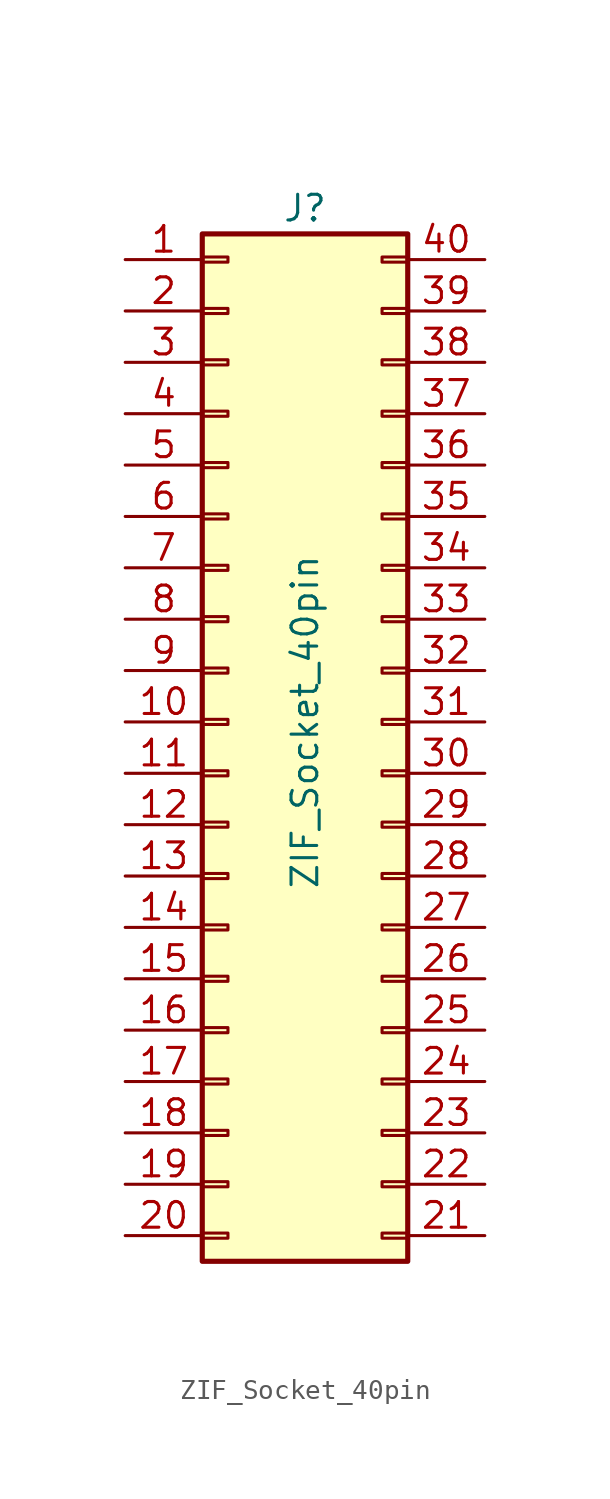
<source format=kicad_sym>
(kicad_symbol_lib
  (version 20220914)
  (generator kicad_symbol_editor)
  (symbol "ZIF_Socket_40pin"
    (pin_names
      (offset 1.016) hide)
    (property "Reference" "J"
      (at 3.81 25.4 0)
      (effects (font (size 1.27 1.27))))
    (property "Value" "ZIF_Socket_40pin"
      (at 3.81 0 90)
      (effects (font (size 1.27 1.27))))
    (symbol "ZIF_Socket_40pin_1_1"
      (rectangle (start -1.27 -25.273) (end 0 -25.527) (stroke (width 0.152) (type default)) (fill (type none)))
      (rectangle (start -1.27 -22.733) (end 0 -22.987) (stroke (width 0.152) (type default)) (fill (type none)))
      (rectangle (start -1.27 -20.193) (end 0 -20.447) (stroke (width 0.152) (type default)) (fill (type none)))
      (rectangle (start -1.27 -17.653) (end 0 -17.907) (stroke (width 0.152) (type default)) (fill (type none)))
      (rectangle (start -1.27 -15.113) (end 0 -15.367) (stroke (width 0.152) (type default)) (fill (type none)))
      (rectangle (start -1.27 -12.573) (end 0 -12.827) (stroke (width 0.152) (type default)) (fill (type none)))
      (rectangle (start -1.27 -10.033) (end 0 -10.287) (stroke (width 0.152) (type default)) (fill (type none)))
      (rectangle (start -1.27 -7.493) (end 0 -7.747) (stroke (width 0.152) (type default)) (fill (type none)))
      (rectangle (start -1.27 -4.953) (end 0 -5.207) (stroke (width 0.152) (type default)) (fill (type none)))
      (rectangle (start -1.27 -2.413) (end 0 -2.667) (stroke (width 0.152) (type default)) (fill (type none)))
      (rectangle (start -1.27 0.127) (end 0 -0.127) (stroke (width 0.152) (type default)) (fill (type none)))
      (rectangle (start -1.27 2.667) (end 0 2.413) (stroke (width 0.152) (type default)) (fill (type none)))
      (rectangle (start -1.27 5.207) (end 0 4.953) (stroke (width 0.152) (type default)) (fill (type none)))
      (rectangle (start -1.27 7.747) (end 0 7.493) (stroke (width 0.152) (type default)) (fill (type none)))
      (rectangle (start -1.27 10.287) (end 0 10.033) (stroke (width 0.152) (type default)) (fill (type none)))
      (rectangle (start -1.27 12.827) (end 0 12.573) (stroke (width 0.152) (type default)) (fill (type none)))
      (rectangle (start -1.27 15.367) (end 0 15.113) (stroke (width 0.152) (type default)) (fill (type none)))
      (rectangle (start -1.27 17.907) (end 0 17.653) (stroke (width 0.152) (type default)) (fill (type none)))
      (rectangle (start -1.27 20.447) (end 0 20.193) (stroke (width 0.152) (type default)) (fill (type none)))
      (rectangle (start -1.27 22.987) (end 0 22.733) (stroke (width 0.152) (type default)) (fill (type none)))
      (rectangle (start -1.27 24.13) (end 8.89 -26.67) (stroke (width 0.254) (type default)) (fill (type background)))
      (rectangle (start 8.89 -25.273) (end 7.62 -25.527) (stroke (width 0.152) (type default)) (fill (type none)))
      (rectangle (start 8.89 -22.733) (end 7.62 -22.987) (stroke (width 0.152) (type default)) (fill (type none)))
      (rectangle (start 8.89 -20.193) (end 7.62 -20.447) (stroke (width 0.152) (type default)) (fill (type none)))
      (rectangle (start 8.89 -17.653) (end 7.62 -17.907) (stroke (width 0.152) (type default)) (fill (type none)))
      (rectangle (start 8.89 -15.113) (end 7.62 -15.367) (stroke (width 0.152) (type default)) (fill (type none)))
      (rectangle (start 8.89 -12.573) (end 7.62 -12.827) (stroke (width 0.152) (type default)) (fill (type none)))
      (rectangle (start 8.89 -10.033) (end 7.62 -10.287) (stroke (width 0.152) (type default)) (fill (type none)))
      (rectangle (start 8.89 -7.493) (end 7.62 -7.747) (stroke (width 0.152) (type default)) (fill (type none)))
      (rectangle (start 8.89 -4.953) (end 7.62 -5.207) (stroke (width 0.152) (type default)) (fill (type none)))
      (rectangle (start 8.89 -2.413) (end 7.62 -2.667) (stroke (width 0.152) (type default)) (fill (type none)))
      (rectangle (start 8.89 0.127) (end 7.62 -0.127) (stroke (width 0.152) (type default)) (fill (type none)))
      (rectangle (start 8.89 2.667) (end 7.62 2.413) (stroke (width 0.152) (type default)) (fill (type none)))
      (rectangle (start 8.89 5.207) (end 7.62 4.953) (stroke (width 0.152) (type default)) (fill (type none)))
      (rectangle (start 8.89 7.747) (end 7.62 7.493) (stroke (width 0.152) (type default)) (fill (type none)))
      (rectangle (start 8.89 10.287) (end 7.62 10.033) (stroke (width 0.152) (type default)) (fill (type none)))
      (rectangle (start 8.89 12.827) (end 7.62 12.573) (stroke (width 0.152) (type default)) (fill (type none)))
      (rectangle (start 8.89 15.367) (end 7.62 15.113) (stroke (width 0.152) (type default)) (fill (type none)))
      (rectangle (start 8.89 17.907) (end 7.62 17.653) (stroke (width 0.152) (type default)) (fill (type none)))
      (rectangle (start 8.89 20.447) (end 7.62 20.193) (stroke (width 0.152) (type default)) (fill (type none)))
      (rectangle (start 8.89 22.987) (end 7.62 22.733) (stroke (width 0.152) (type default)) (fill (type none)))
      (pin passive line (at -5.08 22.86 0) (length 3.81) (name "Pin_1" (effects (font (size 1.27 1.27)))) (number "1" (effects (font (size 1.27 1.27)))))
      (pin passive line (at -5.08 0 0) (length 3.81) (name "Pin_10" (effects (font (size 1.27 1.27)))) (number "10" (effects (font (size 1.27 1.27)))))
      (pin passive line (at -5.08 -2.54 0) (length 3.81) (name "Pin_11" (effects (font (size 1.27 1.27)))) (number "11" (effects (font (size 1.27 1.27)))))
      (pin passive line (at -5.08 -5.08 0) (length 3.81) (name "Pin_12" (effects (font (size 1.27 1.27)))) (number "12" (effects (font (size 1.27 1.27)))))
      (pin passive line (at -5.08 -7.62 0) (length 3.81) (name "Pin_13" (effects (font (size 1.27 1.27)))) (number "13" (effects (font (size 1.27 1.27)))))
      (pin passive line (at -5.08 -10.16 0) (length 3.81) (name "Pin_14" (effects (font (size 1.27 1.27)))) (number "14" (effects (font (size 1.27 1.27)))))
      (pin passive line (at -5.08 -12.7 0) (length 3.81) (name "Pin_15" (effects (font (size 1.27 1.27)))) (number "15" (effects (font (size 1.27 1.27)))))
      (pin passive line (at -5.08 -15.24 0) (length 3.81) (name "Pin_16" (effects (font (size 1.27 1.27)))) (number "16" (effects (font (size 1.27 1.27)))))
      (pin passive line (at -5.08 -17.78 0) (length 3.81) (name "Pin_17" (effects (font (size 1.27 1.27)))) (number "17" (effects (font (size 1.27 1.27)))))
      (pin passive line (at -5.08 -20.32 0) (length 3.81) (name "Pin_18" (effects (font (size 1.27 1.27)))) (number "18" (effects (font (size 1.27 1.27)))))
      (pin passive line (at -5.08 -22.86 0) (length 3.81) (name "Pin_19" (effects (font (size 1.27 1.27)))) (number "19" (effects (font (size 1.27 1.27)))))
      (pin passive line (at -5.08 20.32 0) (length 3.81) (name "Pin_2" (effects (font (size 1.27 1.27)))) (number "2" (effects (font (size 1.27 1.27)))))
      (pin passive line (at -5.08 -25.4 0) (length 3.81) (name "Pin_20" (effects (font (size 1.27 1.27)))) (number "20" (effects (font (size 1.27 1.27)))))
      (pin passive line (at 12.7 -25.4 180) (length 3.81) (name "Pin_21" (effects (font (size 1.27 1.27)))) (number "21" (effects (font (size 1.27 1.27)))))
      (pin passive line (at 12.7 -22.86 180) (length 3.81) (name "Pin_22" (effects (font (size 1.27 1.27)))) (number "22" (effects (font (size 1.27 1.27)))))
      (pin passive line (at 12.7 -20.32 180) (length 3.81) (name "Pin_23" (effects (font (size 1.27 1.27)))) (number "23" (effects (font (size 1.27 1.27)))))
      (pin passive line (at 12.7 -17.78 180) (length 3.81) (name "Pin_24" (effects (font (size 1.27 1.27)))) (number "24" (effects (font (size 1.27 1.27)))))
      (pin passive line (at 12.7 -15.24 180) (length 3.81) (name "Pin_25" (effects (font (size 1.27 1.27)))) (number "25" (effects (font (size 1.27 1.27)))))
      (pin passive line (at 12.7 -12.7 180) (length 3.81) (name "Pin_26" (effects (font (size 1.27 1.27)))) (number "26" (effects (font (size 1.27 1.27)))))
      (pin passive line (at 12.7 -10.16 180) (length 3.81) (name "Pin_27" (effects (font (size 1.27 1.27)))) (number "27" (effects (font (size 1.27 1.27)))))
      (pin passive line (at 12.7 -7.62 180) (length 3.81) (name "Pin_28" (effects (font (size 1.27 1.27)))) (number "28" (effects (font (size 1.27 1.27)))))
      (pin passive line (at 12.7 -5.08 180) (length 3.81) (name "Pin_29" (effects (font (size 1.27 1.27)))) (number "29" (effects (font (size 1.27 1.27)))))
      (pin passive line (at -5.08 17.78 0) (length 3.81) (name "Pin_3" (effects (font (size 1.27 1.27)))) (number "3" (effects (font (size 1.27 1.27)))))
      (pin passive line (at 12.7 -2.54 180) (length 3.81) (name "Pin_30" (effects (font (size 1.27 1.27)))) (number "30" (effects (font (size 1.27 1.27)))))
      (pin passive line (at 12.7 0 180) (length 3.81) (name "Pin_31" (effects (font (size 1.27 1.27)))) (number "31" (effects (font (size 1.27 1.27)))))
      (pin passive line (at 12.7 2.54 180) (length 3.81) (name "Pin_32" (effects (font (size 1.27 1.27)))) (number "32" (effects (font (size 1.27 1.27)))))
      (pin passive line (at 12.7 5.08 180) (length 3.81) (name "Pin_33" (effects (font (size 1.27 1.27)))) (number "33" (effects (font (size 1.27 1.27)))))
      (pin passive line (at 12.7 7.62 180) (length 3.81) (name "Pin_34" (effects (font (size 1.27 1.27)))) (number "34" (effects (font (size 1.27 1.27)))))
      (pin passive line (at 12.7 10.16 180) (length 3.81) (name "Pin_35" (effects (font (size 1.27 1.27)))) (number "35" (effects (font (size 1.27 1.27)))))
      (pin passive line (at 12.7 12.7 180) (length 3.81) (name "Pin_36" (effects (font (size 1.27 1.27)))) (number "36" (effects (font (size 1.27 1.27)))))
      (pin passive line (at 12.7 15.24 180) (length 3.81) (name "Pin_37" (effects (font (size 1.27 1.27)))) (number "37" (effects (font (size 1.27 1.27)))))
      (pin passive line (at 12.7 17.78 180) (length 3.81) (name "Pin_38" (effects (font (size 1.27 1.27)))) (number "38" (effects (font (size 1.27 1.27)))))
      (pin passive line (at 12.7 20.32 180) (length 3.81) (name "Pin_39" (effects (font (size 1.27 1.27)))) (number "39" (effects (font (size 1.27 1.27)))))
      (pin passive line (at -5.08 15.24 0) (length 3.81) (name "Pin_4" (effects (font (size 1.27 1.27)))) (number "4" (effects (font (size 1.27 1.27)))))
      (pin passive line (at 12.7 22.86 180) (length 3.81) (name "Pin_40" (effects (font (size 1.27 1.27)))) (number "40" (effects (font (size 1.27 1.27)))))
      (pin passive line (at -5.08 12.7 0) (length 3.81) (name "Pin_5" (effects (font (size 1.27 1.27)))) (number "5" (effects (font (size 1.27 1.27)))))
      (pin passive line (at -5.08 10.16 0) (length 3.81) (name "Pin_6" (effects (font (size 1.27 1.27)))) (number "6" (effects (font (size 1.27 1.27)))))
      (pin passive line (at -5.08 7.62 0) (length 3.81) (name "Pin_7" (effects (font (size 1.27 1.27)))) (number "7" (effects (font (size 1.27 1.27)))))
      (pin passive line (at -5.08 5.08 0) (length 3.81) (name "Pin_8" (effects (font (size 1.27 1.27)))) (number "8" (effects (font (size 1.27 1.27)))))
      (pin passive line (at -5.08 2.54 0) (length 3.81) (name "Pin_9" (effects (font (size 1.27 1.27)))) (number "9" (effects (font (size 1.27 1.27))))))))
</source>
